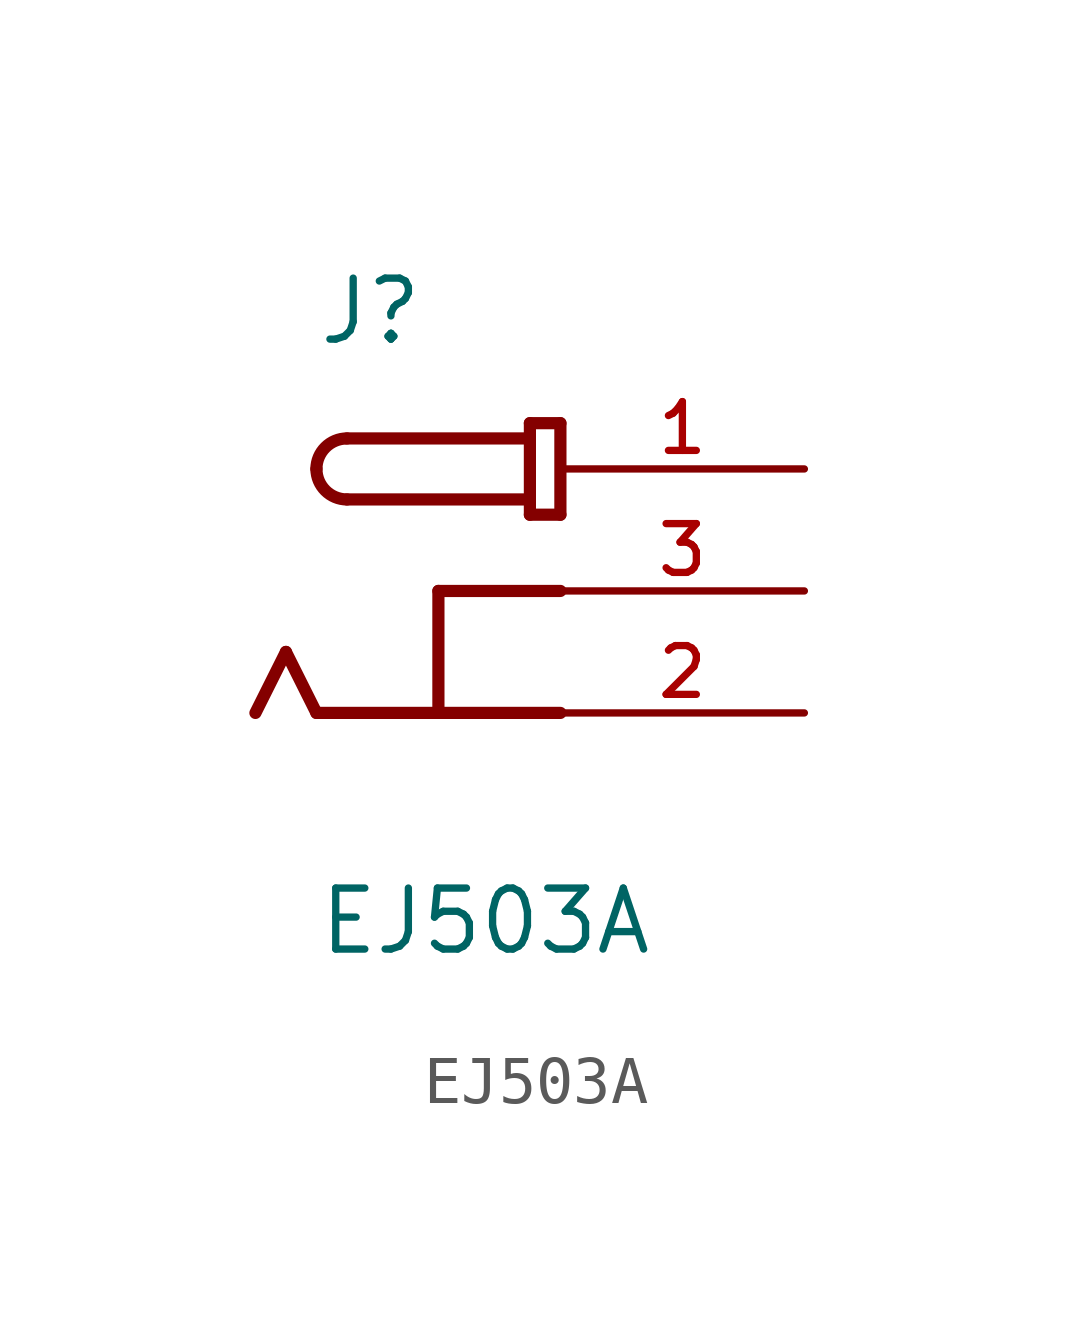
<source format=kicad_sym>
(kicad_symbol_lib
  (version 20211014)
  (generator kicad_symbol_editor)
  (symbol "EJ503A"
    (pin_names
      (offset 1.016))
    (property "Reference" "J"
      (at -5.08 5.08 0)
      (effects (font (size 1.27 1.27)) (justify bottom left)))
    (property "Value" "EJ503A"
      (at -5.08 -7.62 0)
      (effects (font (size 1.27 1.27)) (justify bottom left)))
    (symbol "EJ503A_0_0"
      (polyline (pts (xy 0.0 3.493) (xy 0.0 1.587)) (stroke (width 0.254)))
      (polyline (pts (xy 0.0 1.587) (xy -0.635 1.587)) (stroke (width 0.254)))
      (polyline (pts (xy -0.635 1.587) (xy -0.635 1.905)) (stroke (width 0.254)))
      (polyline (pts (xy -0.635 1.905) (xy -0.635 3.175)) (stroke (width 0.254)))
      (polyline (pts (xy -0.635 3.175) (xy -0.635 3.493)) (stroke (width 0.254)))
      (polyline (pts (xy -0.635 3.493) (xy 0.0 3.493)) (stroke (width 0.254)))
      (polyline (pts (xy -0.635 3.175) (xy -4.445 3.175)) (stroke (width 0.254)))
      (arc (start -5.08 2.54) (mid -4.894 2.989) (end -4.445 3.175) (stroke (width 0.254) (type default) (color 0 0 0 0)) (fill (type none)))
      (arc (start -4.445 1.905) (mid -4.894 2.091) (end -5.08 2.54) (stroke (width 0.254) (type default) (color 0 0 0 0)) (fill (type none)))
      (polyline (pts (xy -4.445 1.905) (xy -0.635 1.905)) (stroke (width 0.254)))
      (polyline (pts (xy 0.0 -2.54) (xy -2.54 -2.54)) (stroke (width 0.254)))
      (polyline (pts (xy -2.54 -2.54) (xy -5.08 -2.54)) (stroke (width 0.254)))
      (polyline (pts (xy -5.08 -2.54) (xy -5.715 -1.27)) (stroke (width 0.254)))
      (polyline (pts (xy -5.715 -1.27) (xy -6.35 -2.54)) (stroke (width 0.254)))
      (polyline (pts (xy 0.0 0.0) (xy -2.54 0.0)) (stroke (width 0.254)))
      (polyline (pts (xy -2.54 0.0) (xy -2.54 -2.54)) (stroke (width 0.254)))
      (pin passive line (at 5.08 2.54 180.0) (length 5.08) (name "~" (effects (font (size 1.016 1.016)))) (number "1" (effects (font (size 1.016 1.016)))))
      (pin passive line (at 5.08 0.0 180.0) (length 5.08) (name "~" (effects (font (size 1.016 1.016)))) (number "3" (effects (font (size 1.016 1.016)))))
      (pin passive line (at 5.08 -2.54 180.0) (length 5.08) (name "~" (effects (font (size 1.016 1.016)))) (number "2" (effects (font (size 1.016 1.016))))))))
</source>
